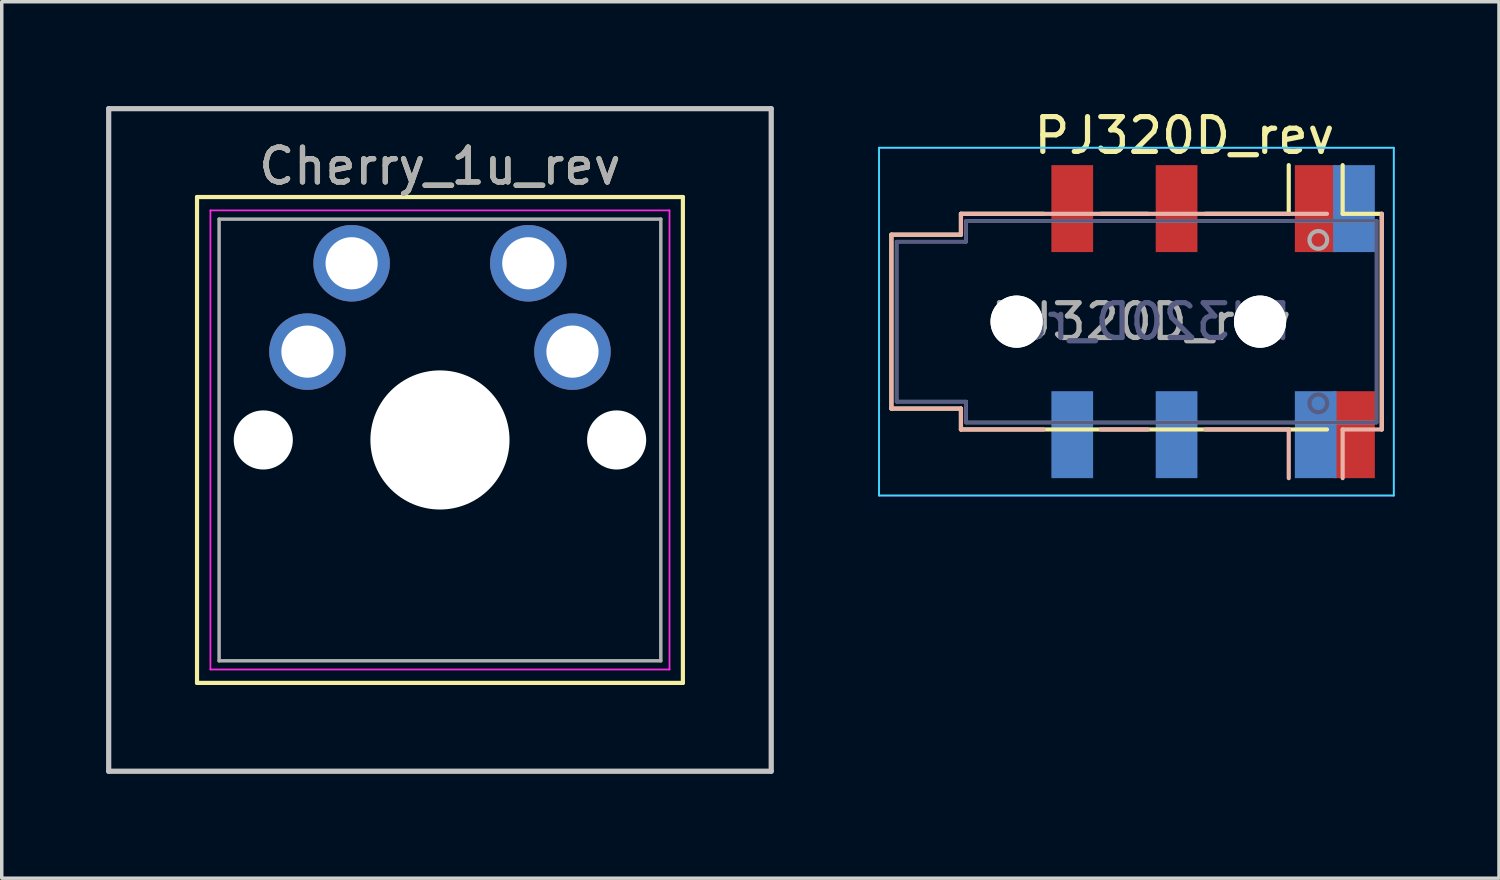
<source format=kicad_pcb>
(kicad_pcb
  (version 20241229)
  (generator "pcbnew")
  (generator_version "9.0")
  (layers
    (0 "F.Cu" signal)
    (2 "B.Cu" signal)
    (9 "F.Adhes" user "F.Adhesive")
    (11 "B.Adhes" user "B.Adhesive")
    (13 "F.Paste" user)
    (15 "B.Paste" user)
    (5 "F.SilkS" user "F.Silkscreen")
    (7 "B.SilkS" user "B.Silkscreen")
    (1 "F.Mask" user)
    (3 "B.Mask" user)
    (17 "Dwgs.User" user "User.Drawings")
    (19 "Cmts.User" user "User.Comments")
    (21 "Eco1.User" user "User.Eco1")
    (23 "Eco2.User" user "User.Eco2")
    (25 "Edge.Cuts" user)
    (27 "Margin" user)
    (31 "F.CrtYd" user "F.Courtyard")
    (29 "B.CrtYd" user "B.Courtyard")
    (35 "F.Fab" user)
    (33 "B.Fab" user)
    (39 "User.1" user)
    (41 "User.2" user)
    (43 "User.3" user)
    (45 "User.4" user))
  (footprint "PJ320D_rev"
    (layer "F.Cu")
    (at 30.955 6.198)
    (property "Reference" "PJ320D_rev" (at 0.05 -5.35 0) (layer "F.SilkS") (effects (font (size 1 1) (thickness 0.15))))
    (attr smd)
    (fp_line (start -8.375 -2.5) (end -8.375 2.5) (stroke (width 0.12) (type solid)) (layer "F.SilkS"))
    (fp_line (start -6.375 -3.1) (end -6.375 -2.5) (stroke (width 0.12) (type solid)) (layer "F.SilkS"))
    (fp_line (start -6.375 -3.1) (end -4 -3.1) (stroke (width 0.12) (type solid)) (layer "F.SilkS"))
    (fp_line (start -6.375 -2.5) (end -8.375 -2.5) (stroke (width 0.12) (type solid)) (layer "F.SilkS"))
    (fp_line (start -6.375 2.5) (end -8.375 2.5) (stroke (width 0.12) (type solid)) (layer "F.SilkS"))
    (fp_line (start -6.375 2.5) (end -6.375 3.1) (stroke (width 0.12) (type solid)) (layer "F.SilkS"))
    (fp_line (start -2.35 -3.1) (end -1 -3.1) (stroke (width 0.12) (type solid)) (layer "F.SilkS"))
    (fp_line (start 0.65 -3.1) (end 3.05 -3.1) (stroke (width 0.12) (type solid)) (layer "F.SilkS"))
    (fp_line (start 3.05 -3.1) (end 3.05 -4.5) (stroke (width 0.12) (type solid)) (layer "F.SilkS"))
    (fp_line (start 4.15 3.1) (end -6.375 3.1) (stroke (width 0.12) (type solid)) (layer "F.SilkS"))
    (fp_line (start 4.6 -3.1) (end 4.6 -4.5) (stroke (width 0.12) (type solid)) (layer "F.SilkS"))
    (fp_line (start 4.6 -3.1) (end 5.725 -3.1) (stroke (width 0.12) (type solid)) (layer "F.SilkS"))
    (fp_line (start 5.725 3.1) (end 5.725 -3.1) (stroke (width 0.12) (type solid)) (layer "F.SilkS"))
    (fp_line (start -8.375 2.5) (end -8.375 -2.5) (stroke (width 0.12) (type solid)) (layer "B.SilkS"))
    (fp_line (start -6.375 -2.5) (end -8.375 -2.5) (stroke (width 0.12) (type solid)) (layer "B.SilkS"))
    (fp_line (start -6.375 -2.5) (end -6.375 -3.1) (stroke (width 0.12) (type solid)) (layer "B.SilkS"))
    (fp_line (start -6.375 2.5) (end -8.375 2.5) (stroke (width 0.12) (type solid)) (layer "B.SilkS"))
    (fp_line (start -6.375 3.1) (end -6.375 2.5) (stroke (width 0.12) (type solid)) (layer "B.SilkS"))
    (fp_line (start -6.375 3.1) (end -4 3.1) (stroke (width 0.12) (type solid)) (layer "B.SilkS"))
    (fp_line (start -2.35 3.1) (end -1 3.1) (stroke (width 0.12) (type solid)) (layer "B.SilkS"))
    (fp_line (start 0.65 3.1) (end 3.05 3.1) (stroke (width 0.12) (type solid)) (layer "B.SilkS"))
    (fp_line (start 3.05 3.1) (end 3.05 4.5) (stroke (width 0.12) (type solid)) (layer "B.SilkS"))
    (fp_line (start 4.15 -3.1) (end -6.375 -3.1) (stroke (width 0.12) (type solid)) (layer "B.SilkS"))
    (fp_line (start 4.6 3.1) (end 4.6 4.5) (stroke (width 0.12) (type solid)) (layer "B.SilkS"))
    (fp_line (start 4.6 3.1) (end 5.725 3.1) (stroke (width 0.12) (type solid)) (layer "B.SilkS"))
    (fp_line (start 5.725 -3.1) (end 5.725 3.1) (stroke (width 0.12) (type solid)) (layer "B.SilkS"))
    (fp_line (start -8.73 -5) (end -8.73 5) (stroke (width 0.05) (type solid)) (layer "B.CrtYd"))
    (fp_line (start -8.73 -5) (end 6.07 -5) (stroke (width 0.05) (type solid)) (layer "B.CrtYd"))
    (fp_line (start -8.73 5) (end 6.07 5) (stroke (width 0.05) (type solid)) (layer "B.CrtYd"))
    (fp_line (start 6.07 -5) (end 6.07 5) (stroke (width 0.05) (type solid)) (layer "B.CrtYd"))
    (fp_line (start -8.73 -5) (end 6.07 -5) (stroke (width 0.05) (type solid)) (layer "F.CrtYd"))
    (fp_line (start -8.73 5) (end -8.73 -5) (stroke (width 0.05) (type solid)) (layer "F.CrtYd"))
    (fp_line (start -8.73 5) (end 6.07 5) (stroke (width 0.05) (type solid)) (layer "F.CrtYd"))
    (fp_line (start 6.07 5) (end 6.07 -5) (stroke (width 0.05) (type solid)) (layer "F.CrtYd"))
    (fp_line (start -8.225 -2.3) (end -8.225 2.3) (stroke (width 0.1) (type solid)) (layer "B.Fab"))
    (fp_line (start -8.225 2.3) (end -6.225 2.3) (stroke (width 0.1) (type solid)) (layer "B.Fab"))
    (fp_line (start -6.225 -2.9) (end -6.225 -2.3) (stroke (width 0.1) (type solid)) (layer "B.Fab"))
    (fp_line (start -6.225 -2.3) (end -8.225 -2.3) (stroke (width 0.1) (type solid)) (layer "B.Fab"))
    (fp_line (start -6.225 2.3) (end -6.225 2.9) (stroke (width 0.1) (type solid)) (layer "B.Fab"))
    (fp_line (start -6.225 2.9) (end 5.575 2.9) (stroke (width 0.1) (type solid)) (layer "B.Fab"))
    (fp_line (start 5.575 -2.9) (end -6.225 -2.9) (stroke (width 0.1) (type solid)) (layer "B.Fab"))
    (fp_line (start 5.575 2.9) (end 5.575 -2.9) (stroke (width 0.1) (type solid)) (layer "B.Fab"))
    (fp_circle (center 3.9 2.35) (end 3.95 2.1) (stroke (width 0.12) (type solid)) (fill no) (layer "B.Fab"))
    (fp_line (start -8.225 -2.3) (end -6.225 -2.3) (stroke (width 0.1) (type solid)) (layer "F.Fab"))
    (fp_line (start -8.225 2.3) (end -8.225 -2.3) (stroke (width 0.1) (type solid)) (layer "F.Fab"))
    (fp_line (start -6.225 -2.9) (end 5.575 -2.9) (stroke (width 0.1) (type solid)) (layer "F.Fab"))
    (fp_line (start -6.225 -2.3) (end -6.225 -2.9) (stroke (width 0.1) (type solid)) (layer "F.Fab"))
    (fp_line (start -6.225 2.3) (end -8.225 2.3) (stroke (width 0.1) (type solid)) (layer "F.Fab"))
    (fp_line (start -6.225 2.9) (end -6.225 2.3) (stroke (width 0.1) (type solid)) (layer "F.Fab"))
    (fp_line (start 5.575 -2.9) (end 5.575 2.9) (stroke (width 0.1) (type solid)) (layer "F.Fab"))
    (fp_line (start 5.575 2.9) (end -6.225 2.9) (stroke (width 0.1) (type solid)) (layer "F.Fab"))
    (fp_circle (center 3.9 -2.35) (end 3.95 -2.1) (stroke (width 0.12) (type solid)) (fill no) (layer "F.Fab"))
    (fp_text user "${REFERENCE}" (at -1.195 0 180) (layer "B.Fab") (effects (font (size 1 1) (thickness 0.15)) (justify mirror)))
    (fp_text user "${REFERENCE}" (at -1.195 0 0) (layer "F.Fab") (effects (font (size 1 1) (thickness 0.15))))
    (pad "" np_thru_hole circle (at -4.775 0) (size 1.5 1.5) (drill 1.5) (layers "*.Cu" "*.Mask"))
    (pad "" np_thru_hole circle (at -4.775 0) (size 1.5 1.5) (drill 1.5) (layers "*.Cu" "*.Mask"))
    (pad "" np_thru_hole circle (at 2.225 0) (size 1.5 1.5) (drill 1.5) (layers "*.Cu" "*.Mask"))
    (pad "" np_thru_hole circle (at 2.225 0) (size 1.5 1.5) (drill 1.5) (layers "*.Cu" "*.Mask"))
    (pad "R1" smd rect (at -0.175 -3.25) (size 1.2 2.5) (layers "F.Cu" "F.Mask" "F.Paste"))
    (pad "R1" smd rect (at -0.175 3.25) (size 1.2 2.5) (layers "B.Cu" "B.Mask" "B.Paste"))
    (pad "R2" smd rect (at -3.175 -3.25) (size 1.2 2.5) (layers "F.Cu" "F.Mask" "F.Paste"))
    (pad "R2" smd rect (at -3.175 3.25) (size 1.2 2.5) (layers "B.Cu" "B.Mask" "B.Paste"))
    (pad "S" smd rect (at 4.925 -3.25) (size 1.2 2.5) (layers "B.Cu" "B.Mask" "B.Paste"))
    (pad "S" smd rect (at 4.925 3.25) (size 1.2 2.5) (layers "F.Cu" "F.Mask" "F.Paste"))
    (pad "T" smd rect (at 3.825 -3.25) (size 1.2 2.5) (layers "F.Cu" "F.Mask" "F.Paste"))
    (pad "T" smd rect (at 3.825 3.25) (size 1.2 2.5) (layers "B.Cu" "B.Mask" "B.Paste")))
  (footprint "Cherry_1u_rev"
    (layer "F.Cu")
    (at 12.14 4.52)
    (property "Reference" "Cherry_1u_rev" (at -2.54 -2.794 0) (layer "F.SilkS") (effects (font (size 1 1) (thickness 0.15))))
    (attr through_hole)
    (fp_line (start -9.525 -1.905) (end 4.445 -1.905) (stroke (width 0.12) (type solid)) (layer "F.SilkS"))
    (fp_line (start -9.525 12.065) (end -9.525 -1.905) (stroke (width 0.12) (type solid)) (layer "F.SilkS"))
    (fp_line (start 4.445 -1.905) (end 4.445 12.065) (stroke (width 0.12) (type solid)) (layer "F.SilkS"))
    (fp_line (start 4.445 12.065) (end -9.525 12.065) (stroke (width 0.12) (type solid)) (layer "F.SilkS"))
    (fp_line (start -12.065 -4.445) (end 6.985 -4.445) (stroke (width 0.15) (type solid)) (layer "Dwgs.User"))
    (fp_line (start -12.065 14.605) (end -12.065 -4.445) (stroke (width 0.15) (type solid)) (layer "Dwgs.User"))
    (fp_line (start 6.985 -4.445) (end 6.985 14.605) (stroke (width 0.15) (type solid)) (layer "Dwgs.User"))
    (fp_line (start 6.985 14.605) (end -12.065 14.605) (stroke (width 0.15) (type solid)) (layer "Dwgs.User"))
    (fp_line (start -9.14 -1.52) (end 4.06 -1.52) (stroke (width 0.05) (type solid)) (layer "F.CrtYd"))
    (fp_line (start -9.14 11.68) (end -9.14 -1.52) (stroke (width 0.05) (type solid)) (layer "F.CrtYd"))
    (fp_line (start 4.06 -1.52) (end 4.06 11.68) (stroke (width 0.05) (type solid)) (layer "F.CrtYd"))
    (fp_line (start 4.06 11.68) (end -9.14 11.68) (stroke (width 0.05) (type solid)) (layer "F.CrtYd"))
    (fp_line (start -8.89 -1.27) (end 3.81 -1.27) (stroke (width 0.1) (type solid)) (layer "F.Fab"))
    (fp_line (start -8.89 11.43) (end -8.89 -1.27) (stroke (width 0.1) (type solid)) (layer "F.Fab"))
    (fp_line (start 3.81 -1.27) (end 3.81 11.43) (stroke (width 0.1) (type solid)) (layer "F.Fab"))
    (fp_line (start 3.81 11.43) (end -8.89 11.43) (stroke (width 0.1) (type solid)) (layer "F.Fab"))
    (fp_text user "${REFERENCE}" (at -2.54 -2.794 0) (layer "F.Fab") (effects (font (size 1 1) (thickness 0.15))))
    (pad "" np_thru_hole circle (at -7.62 5.08) (size 1.7 1.7) (drill 1.7) (layers "*.Cu" "*.Mask"))
    (pad "" np_thru_hole circle (at -2.54 5.08) (size 4 4) (drill 4) (layers "*.Cu" "*.Mask"))
    (pad "" np_thru_hole circle (at 2.54 5.08) (size 1.7 1.7) (drill 1.7) (layers "*.Cu" "*.Mask"))
    (pad "1" thru_hole circle (at -5.08 0) (size 2.2 2.2) (drill 1.5) (layers "*.Cu" "*.Mask"))
    (pad "1" thru_hole circle (at 0 0) (size 2.2 2.2) (drill 1.5) (layers "*.Cu" "*.Mask"))
    (pad "2" thru_hole circle (at -6.35 2.54) (size 2.2 2.2) (drill 1.5) (layers "*.Cu" "*.Mask"))
    (pad "2" thru_hole circle (at 1.27 2.54) (size 2.2 2.2) (drill 1.5) (layers "*.Cu" "*.Mask")))
  (gr_rect
    (start -3 -3)
    (end 40.05 22.2)
    (stroke (width 0.1) (type default))
    (fill no)
    (layer "Edge.Cuts")))
</source>
